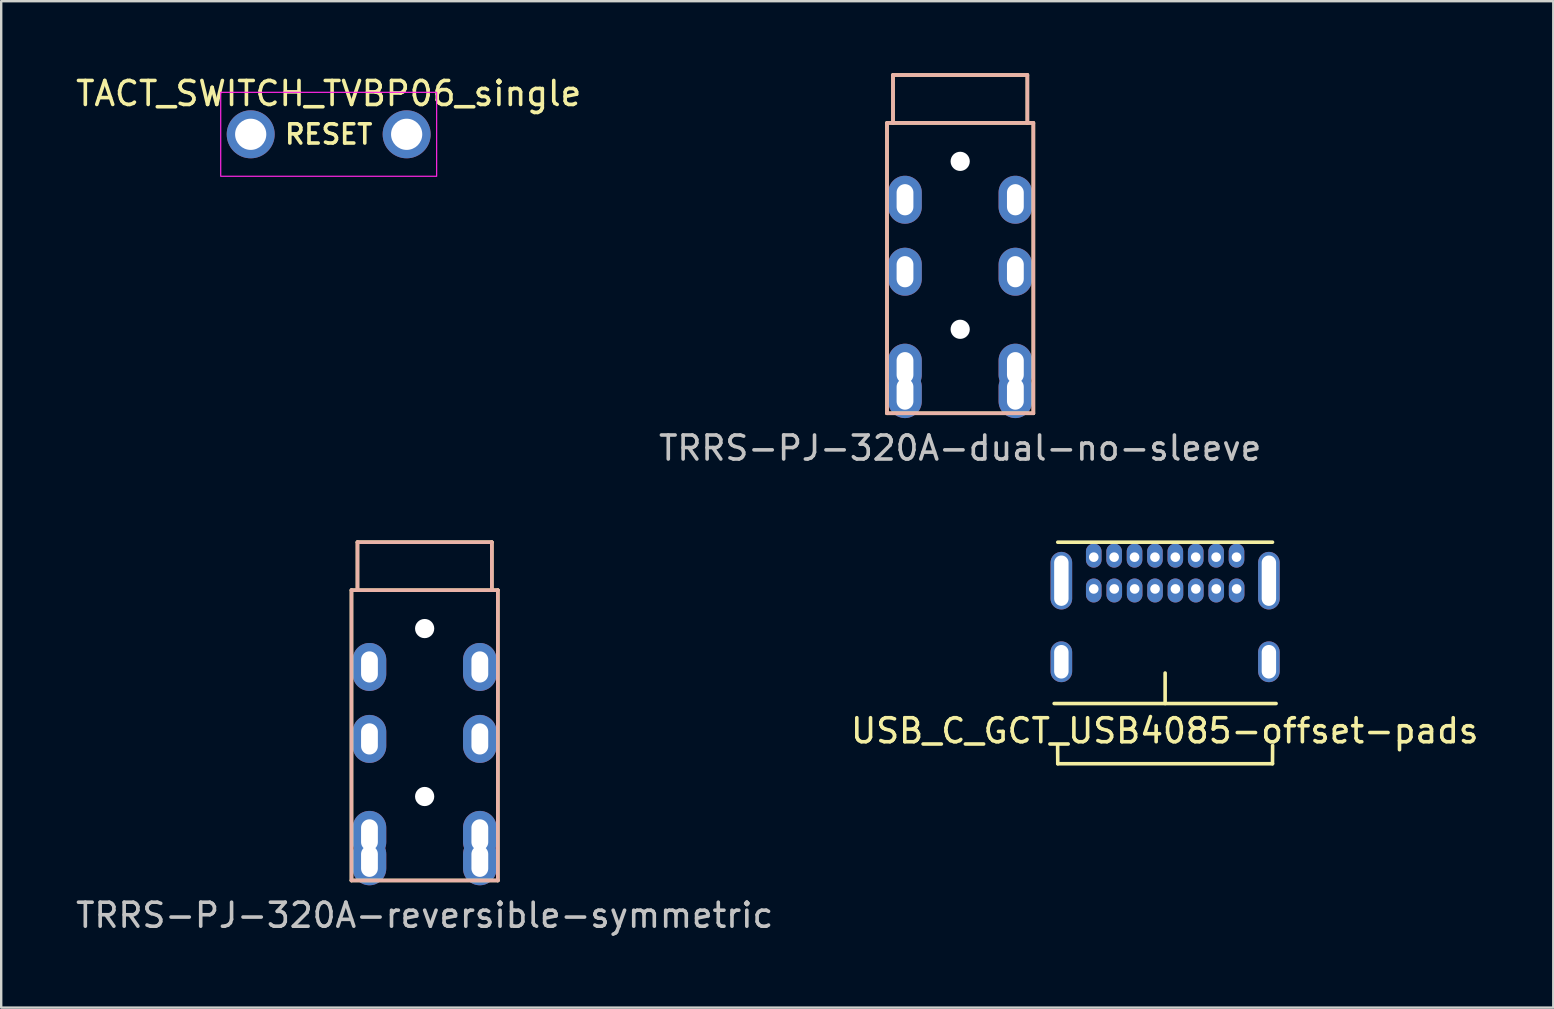
<source format=kicad_pcb>
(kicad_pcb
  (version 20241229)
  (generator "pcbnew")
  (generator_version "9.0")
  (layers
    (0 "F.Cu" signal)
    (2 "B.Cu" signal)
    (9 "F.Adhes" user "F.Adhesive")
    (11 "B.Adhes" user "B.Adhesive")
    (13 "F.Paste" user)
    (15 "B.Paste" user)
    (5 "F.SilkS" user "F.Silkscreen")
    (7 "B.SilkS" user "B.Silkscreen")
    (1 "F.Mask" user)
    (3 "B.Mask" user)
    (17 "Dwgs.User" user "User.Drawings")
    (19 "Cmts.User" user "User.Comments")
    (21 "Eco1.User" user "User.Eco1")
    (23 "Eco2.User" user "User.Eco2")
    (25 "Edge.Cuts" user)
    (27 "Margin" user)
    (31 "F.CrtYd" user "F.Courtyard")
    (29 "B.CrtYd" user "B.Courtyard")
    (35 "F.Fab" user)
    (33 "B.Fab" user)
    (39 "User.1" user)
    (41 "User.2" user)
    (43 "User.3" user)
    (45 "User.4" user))
  (footprint "TACT_SWITCH_TVBP06_single"
    (layer "F.Cu")
    (at 10.649 2.548)
    (property "Reference" "TACT_SWITCH_TVBP06_single" (at 0 -1.7 0) (layer "F.SilkS") (effects (font (size 1 1) (thickness 0.15))))
    (attr through_hole)
    (fp_rect (start -4.5 -1.75) (end 4.5 1.75) (stroke (width 0.05) (type default)) (fill no) (layer "F.CrtYd"))
    (fp_text user "RESET" (at 0 0 180) (layer "F.SilkS") (effects (font (size 0.8 0.8) (thickness 0.15))))
    (pad "1" thru_hole circle (at -3.25 0) (size 2 2) (drill 1.3) (layers "*.Cu" "*.Mask"))
    (pad "2" thru_hole circle (at 3.25 0) (size 2 2) (drill 1.3) (layers "*.Cu" "*.Mask")))
  (footprint "USB_C_GCT_USB4085-offset-pads"
    (layer "F.Cu")
    (at 45.512 26.272)
    (property "Reference" "USB_C_GCT_USB4085-offset-pads" (at -0.017 1.137 0) (layer "F.SilkS") (effects (font (size 1 1) (thickness 0.15))))
    (attr through_hole)
    (fp_line (start -4.625 0) (end 4.625 0) (stroke (width 0.15) (type solid)) (layer "F.SilkS"))
    (fp_line (start -4.475 -6.723) (end 4.475 -6.723) (stroke (width 0.15) (type solid)) (layer "F.SilkS"))
    (fp_line (start -4.475 2.51) (end -4.48 1.75) (stroke (width 0.15) (type solid)) (layer "F.SilkS"))
    (fp_line (start -4.475 2.51) (end 4.475 2.51) (stroke (width 0.15) (type solid)) (layer "F.SilkS"))
    (fp_line (start 0 0) (end 0 -1.27) (stroke (width 0.15) (type solid)) (layer "F.SilkS"))
    (fp_line (start 4.48 1.75) (end 4.475 2.51) (stroke (width 0.15) (type solid)) (layer "F.SilkS"))
    (pad "A1" thru_hole oval (at -2.975 -6.1) (size 0.65 1) (drill 0.4 (offset 0 -0.064)) (layers "*.Cu" "*.Mask"))
    (pad "A4" thru_hole oval (at -2.125 -6.1) (size 0.65 1) (drill 0.4 (offset 0 -0.064)) (layers "*.Cu" "*.Mask"))
    (pad "A5" thru_hole oval (at -1.275 -6.1) (size 0.65 1) (drill 0.4 (offset 0 -0.064)) (layers "*.Cu" "*.Mask"))
    (pad "A6" thru_hole oval (at -0.425 -6.1) (size 0.65 1) (drill 0.4 (offset 0 -0.064)) (layers "*.Cu" "*.Mask"))
    (pad "A7" thru_hole oval (at 0.425 -6.1) (size 0.65 1) (drill 0.4 (offset 0 -0.064)) (layers "*.Cu" "*.Mask"))
    (pad "A8" thru_hole oval (at 1.275 -6.1) (size 0.65 1) (drill 0.4 (offset 0 -0.064)) (layers "*.Cu" "*.Mask"))
    (pad "A9" thru_hole oval (at 2.125 -6.1) (size 0.65 1) (drill 0.4 (offset 0 -0.064)) (layers "*.Cu" "*.Mask"))
    (pad "A12" thru_hole oval (at 2.975 -6.1) (size 0.65 1) (drill 0.4 (offset 0 -0.064)) (layers "*.Cu" "*.Mask"))
    (pad "B1" thru_hole oval (at 2.98 -4.775) (size 0.65 1) (drill 0.4 (offset 0 0.064)) (layers "*.Cu" "*.Mask"))
    (pad "B4" thru_hole oval (at 2.13 -4.775) (size 0.65 1) (drill 0.4 (offset 0 0.064)) (layers "*.Cu" "*.Mask"))
    (pad "B5" thru_hole oval (at 1.28 -4.775) (size 0.65 1) (drill 0.4 (offset 0 0.064)) (layers "*.Cu" "*.Mask"))
    (pad "B6" thru_hole oval (at 0.43 -4.775) (size 0.65 1) (drill 0.4 (offset 0 0.064)) (layers "*.Cu" "*.Mask"))
    (pad "B7" thru_hole oval (at -0.42 -4.775) (size 0.65 1) (drill 0.4 (offset 0 0.064)) (layers "*.Cu" "*.Mask"))
    (pad "B8" thru_hole oval (at -1.27 -4.775) (size 0.65 1) (drill 0.4 (offset 0 0.064)) (layers "*.Cu" "*.Mask"))
    (pad "B9" thru_hole oval (at -2.12 -4.775) (size 0.65 1) (drill 0.4 (offset 0 0.064)) (layers "*.Cu" "*.Mask"))
    (pad "B12" thru_hole oval (at -2.975 -4.775) (size 0.65 1) (drill 0.4 (offset 0 0.064)) (layers "*.Cu" "*.Mask"))
    (pad "S1" thru_hole oval (at -4.325 -5.12) (size 0.9 2.4) (drill oval 0.6 2.1) (layers "*.Cu" "*.Mask"))
    (pad "S1" thru_hole oval (at -4.325 -1.74) (size 0.9 1.7) (drill oval 0.6 1.4) (layers "*.Cu" "*.Mask"))
    (pad "S1" thru_hole oval (at 4.325 -5.12) (size 0.9 2.4) (drill oval 0.6 2.1) (layers "*.Cu" "*.Mask"))
    (pad "S1" thru_hole oval (at 4.325 -1.74) (size 0.9 1.7) (drill oval 0.6 1.4) (layers "*.Cu" "*.Mask")))
  (footprint "TRRS-PJ-320A-dual-no-sleeve"
    (layer "F.Cu")
    (at 36.97 2.075)
    (property "Reference" "TRRS-PJ-320A-dual-no-sleeve" (at 0 13.55 180) (layer "Dwgs.User") (effects (font (size 1 1) (thickness 0.15))))
    (attr through_hole)
    (fp_line (start -3.05 0) (end -3.05 12.1) (stroke (width 0.15) (type solid)) (layer "F.SilkS"))
    (fp_line (start -2.8 0) (end -2.8 -2) (stroke (width 0.15) (type solid)) (layer "F.SilkS"))
    (fp_line (start 2.8 -2) (end -2.8 -2) (stroke (width 0.15) (type solid)) (layer "F.SilkS"))
    (fp_line (start 2.8 0) (end 2.8 -2) (stroke (width 0.15) (type solid)) (layer "F.SilkS"))
    (fp_line (start 3.05 0) (end -3.05 0) (stroke (width 0.15) (type solid)) (layer "F.SilkS"))
    (fp_line (start 3.05 0) (end 3.05 12.1) (stroke (width 0.15) (type solid)) (layer "F.SilkS"))
    (fp_line (start 3.05 12.1) (end -3.05 12.1) (stroke (width 0.15) (type solid)) (layer "F.SilkS"))
    (fp_line (start -3.05 0) (end -3.05 12.1) (stroke (width 0.15) (type solid)) (layer "B.SilkS"))
    (fp_line (start -3.05 0) (end 3.05 0) (stroke (width 0.15) (type solid)) (layer "B.SilkS"))
    (fp_line (start -3.05 12.1) (end 3.05 12.1) (stroke (width 0.15) (type solid)) (layer "B.SilkS"))
    (fp_line (start -2.8 -2) (end 2.8 -2) (stroke (width 0.15) (type solid)) (layer "B.SilkS"))
    (fp_line (start -2.8 0) (end -2.8 -2) (stroke (width 0.15) (type solid)) (layer "B.SilkS"))
    (fp_line (start 2.8 0) (end 2.8 -2) (stroke (width 0.15) (type solid)) (layer "B.SilkS"))
    (fp_line (start 3.05 0) (end 3.05 12.1) (stroke (width 0.15) (type solid)) (layer "B.SilkS"))
    (pad "" np_thru_hole circle (at 0 1.6) (size 0.8 0.8) (drill 0.8) (layers "*.Cu" "*.Mask"))
    (pad "" np_thru_hole circle (at 0 8.6) (size 0.8 0.8) (drill 0.8) (layers "*.Cu" "*.Mask"))
    (pad "2" thru_hole oval (at -2.3 10.2) (size 1.4 2) (drill oval 0.7 1.3) (layers "*.Cu" "*.Mask"))
    (pad "2" thru_hole oval (at -2.3 11.3) (size 1.4 2) (drill oval 0.7 1.3) (layers "*.Cu" "*.Mask"))
    (pad "2" thru_hole oval (at 2.3 10.2) (size 1.4 2) (drill oval 0.7 1.3) (layers "*.Cu" "*.Mask"))
    (pad "2" thru_hole oval (at 2.3 11.3) (size 1.4 2) (drill oval 0.7 1.3) (layers "*.Cu" "*.Mask"))
    (pad "3" thru_hole oval (at -2.3 6.2) (size 1.4 2) (drill oval 0.7 1.3) (layers "*.Cu" "*.Mask"))
    (pad "3" thru_hole oval (at 2.3 6.2) (size 1.4 2) (drill oval 0.7 1.3) (layers "*.Cu" "*.Mask"))
    (pad "4" thru_hole oval (at -2.3 3.2) (size 1.4 2) (drill oval 0.7 1.3) (layers "*.Cu" "*.Mask"))
    (pad "4" thru_hole oval (at 2.3 3.2) (size 1.4 2) (drill oval 0.7 1.3) (layers "*.Cu" "*.Mask")))
  (footprint "TRRS-PJ-320A-reversible-symmetric"
    (layer "F.Cu")
    (at 14.649 21.548)
    (property "Reference" "TRRS-PJ-320A-reversible-symmetric" (at 0 13.55 180) (layer "Dwgs.User") (effects (font (size 1 1) (thickness 0.15))))
    (attr through_hole)
    (fp_line (start -3.05 0) (end -3.05 12.1) (stroke (width 0.15) (type solid)) (layer "F.SilkS"))
    (fp_line (start -2.8 0) (end -2.8 -2) (stroke (width 0.15) (type solid)) (layer "F.SilkS"))
    (fp_line (start 2.8 -2) (end -2.8 -2) (stroke (width 0.15) (type solid)) (layer "F.SilkS"))
    (fp_line (start 2.8 0) (end 2.8 -2) (stroke (width 0.15) (type solid)) (layer "F.SilkS"))
    (fp_line (start 3.05 0) (end -3.05 0) (stroke (width 0.15) (type solid)) (layer "F.SilkS"))
    (fp_line (start 3.05 0) (end 3.05 12.1) (stroke (width 0.15) (type solid)) (layer "F.SilkS"))
    (fp_line (start 3.05 12.1) (end -3.05 12.1) (stroke (width 0.15) (type solid)) (layer "F.SilkS"))
    (fp_line (start -3.05 0) (end -3.05 12.1) (stroke (width 0.15) (type solid)) (layer "B.SilkS"))
    (fp_line (start -3.05 0) (end 3.05 0) (stroke (width 0.15) (type solid)) (layer "B.SilkS"))
    (fp_line (start -3.05 12.1) (end 3.05 12.1) (stroke (width 0.15) (type solid)) (layer "B.SilkS"))
    (fp_line (start -2.8 -2) (end 2.8 -2) (stroke (width 0.15) (type solid)) (layer "B.SilkS"))
    (fp_line (start -2.8 0) (end -2.8 -2) (stroke (width 0.15) (type solid)) (layer "B.SilkS"))
    (fp_line (start 2.8 0) (end 2.8 -2) (stroke (width 0.15) (type solid)) (layer "B.SilkS"))
    (fp_line (start 3.05 0) (end 3.05 12.1) (stroke (width 0.15) (type solid)) (layer "B.SilkS"))
    (fp_circle (center -2.3 11.3) (end -2.3 10.3) (stroke (width 0.15) (type solid)) (fill no) (layer "User.6"))
    (fp_circle (center 2.3 3.2) (end 2.3 2.2) (stroke (width 0.15) (type solid)) (fill no) (layer "User.6"))
    (fp_circle (center 2.3 6.2) (end 2.3 5.2) (stroke (width 0.15) (type solid)) (fill no) (layer "User.6"))
    (fp_circle (center 2.3 10.2) (end 2.3 9.2) (stroke (width 0.15) (type solid)) (fill no) (layer "User.6"))
    (fp_circle (center -2.3 3.2) (end -2.3 2.2) (stroke (width 0.15) (type solid)) (fill no) (layer "User.7"))
    (fp_circle (center -2.3 6.2) (end -2.3 5.2) (stroke (width 0.15) (type solid)) (fill no) (layer "User.7"))
    (fp_circle (center -2.3 10.2) (end -2.3 9.2) (stroke (width 0.15) (type solid)) (fill no) (layer "User.7"))
    (fp_circle (center 2.3 11.3) (end 2.3 10.3) (stroke (width 0.15) (type solid)) (fill no) (layer "User.7"))
    (pad "" np_thru_hole circle (at 0 1.6) (size 0.8 0.8) (drill 0.8) (layers "*.Cu" "*.Mask"))
    (pad "" np_thru_hole circle (at 0 8.6) (size 0.8 0.8) (drill 0.8) (layers "*.Cu" "*.Mask"))
    (pad "1" thru_hole oval (at -2.3 11.3) (size 1.4 2) (drill oval 0.7 1.3) (layers "*.Cu" "*.Mask"))
    (pad "1" thru_hole oval (at 2.3 11.3) (size 1.4 2) (drill oval 0.7 1.3) (layers "*.Cu" "*.Mask"))
    (pad "2" thru_hole oval (at -2.3 10.2) (size 1.4 2) (drill oval 0.7 1.3) (layers "*.Cu" "*.Mask"))
    (pad "2" thru_hole oval (at 2.3 10.2) (size 1.4 2) (drill oval 0.7 1.3) (layers "*.Cu" "*.Mask"))
    (pad "3" thru_hole oval (at -2.3 6.2) (size 1.4 2) (drill oval 0.7 1.3) (layers "*.Cu" "*.Mask"))
    (pad "3" thru_hole oval (at 2.3 6.2) (size 1.4 2) (drill oval 0.7 1.3) (layers "*.Cu" "*.Mask"))
    (pad "4" thru_hole oval (at -2.3 3.2) (size 1.4 2) (drill oval 0.7 1.3) (layers "*.Cu" "*.Mask"))
    (pad "4" thru_hole oval (at 2.3 3.2) (size 1.4 2) (drill oval 0.7 1.3) (layers "*.Cu" "*.Mask")))
  (gr_rect
    (start -3 -3)
    (end 61.69 38.947)
    (stroke (width 0.1) (type default))
    (fill no)
    (layer "Edge.Cuts")))
</source>
